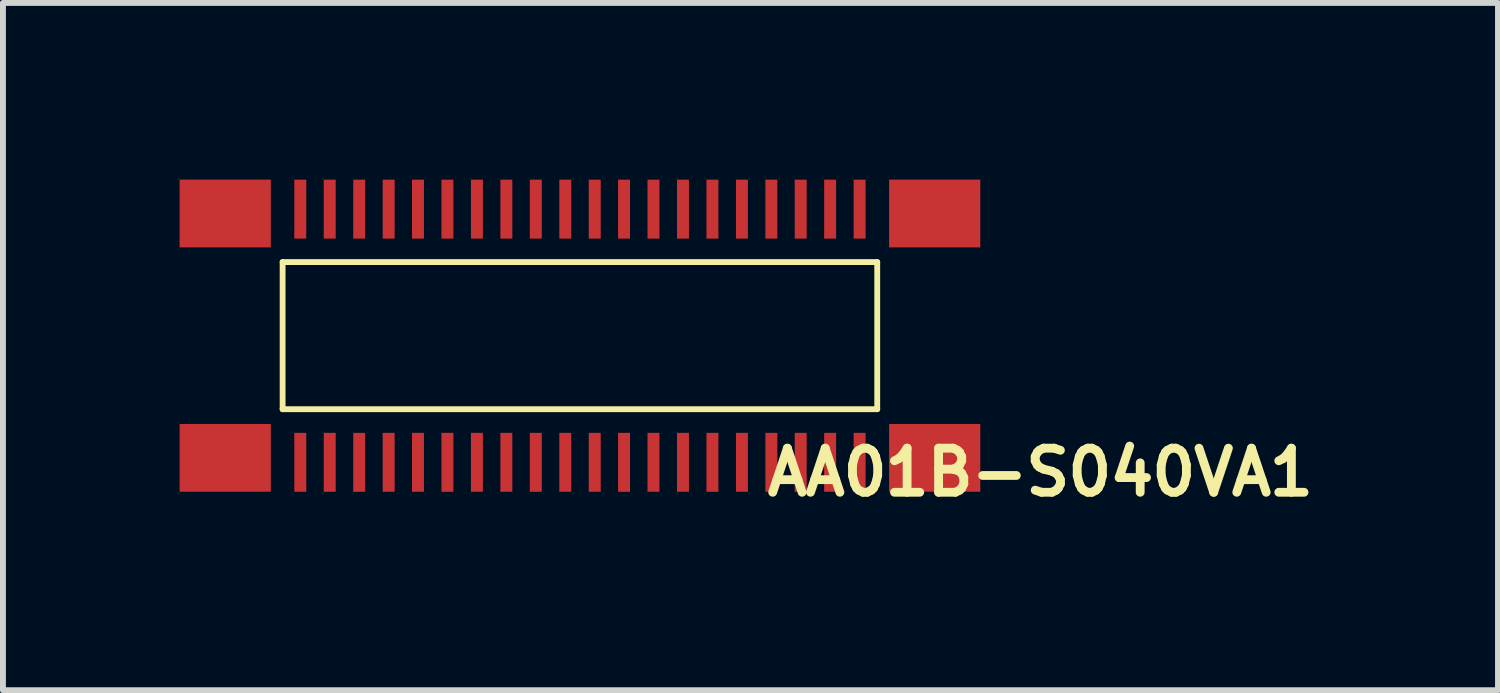
<source format=kicad_pcb>
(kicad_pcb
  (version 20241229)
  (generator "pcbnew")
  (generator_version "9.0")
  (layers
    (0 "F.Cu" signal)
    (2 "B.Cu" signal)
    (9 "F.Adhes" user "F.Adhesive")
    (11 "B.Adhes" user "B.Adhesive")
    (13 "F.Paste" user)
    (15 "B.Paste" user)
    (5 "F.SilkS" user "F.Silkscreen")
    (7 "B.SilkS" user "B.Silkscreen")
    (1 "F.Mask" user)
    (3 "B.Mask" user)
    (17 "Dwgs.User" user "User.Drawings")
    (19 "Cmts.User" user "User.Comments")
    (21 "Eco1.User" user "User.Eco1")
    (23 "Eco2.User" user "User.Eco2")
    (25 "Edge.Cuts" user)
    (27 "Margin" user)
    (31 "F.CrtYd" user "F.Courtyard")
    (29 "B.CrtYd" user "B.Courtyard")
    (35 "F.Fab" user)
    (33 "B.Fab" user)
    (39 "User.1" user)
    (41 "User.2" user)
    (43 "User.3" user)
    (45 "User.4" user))
  (footprint "AA01B-S040VA1"
    (layer "F.Cu")
    (at 2.05 5.051)
    (property "Reference" "AA01B-S040VA1" (at 12.571 -0.079 0) (layer "F.SilkS") (effects (font (size 0.749 0.749) (thickness 0.15))))
    (attr through_hole)
    (fp_line (start -0.3 -3.65) (end -0.3 -1.151) (stroke (width 0.099) (type solid)) (layer "F.SilkS"))
    (fp_line (start 9.799 -3.65) (end -0.3 -3.65) (stroke (width 0.099) (type solid)) (layer "F.SilkS"))
    (fp_line (start 9.799 -3.65) (end 9.799 -1.151) (stroke (width 0.099) (type solid)) (layer "F.SilkS"))
    (fp_line (start 9.799 -1.151) (end -0.3 -1.151) (stroke (width 0.099) (type solid)) (layer "F.SilkS"))
    (pad "1" smd rect (at 0 -4.549) (size 0.203 1.001) (layers "F.Cu" "F.Mask" "F.Paste"))
    (pad "2" smd rect (at 0 -0.249) (size 0.203 1.001) (layers "F.Cu" "F.Mask" "F.Paste"))
    (pad "3" smd rect (at 0.5 -4.549) (size 0.203 1.001) (layers "F.Cu" "F.Mask" "F.Paste"))
    (pad "4" smd rect (at 0.5 -0.249) (size 0.203 1.001) (layers "F.Cu" "F.Mask" "F.Paste"))
    (pad "5" smd rect (at 1.001 -4.549) (size 0.203 1.001) (layers "F.Cu" "F.Mask" "F.Paste"))
    (pad "6" smd rect (at 1.001 -0.249) (size 0.203 1.001) (layers "F.Cu" "F.Mask" "F.Paste"))
    (pad "7" smd rect (at 1.501 -4.549) (size 0.203 1.001) (layers "F.Cu" "F.Mask" "F.Paste"))
    (pad "8" smd rect (at 1.501 -0.249) (size 0.203 1.001) (layers "F.Cu" "F.Mask" "F.Paste"))
    (pad "9" smd rect (at 1.999 -4.549) (size 0.203 1.001) (layers "F.Cu" "F.Mask" "F.Paste"))
    (pad "10" smd rect (at 1.999 -0.249) (size 0.203 1.001) (layers "F.Cu" "F.Mask" "F.Paste"))
    (pad "11" smd rect (at 2.499 -4.549) (size 0.203 1.001) (layers "F.Cu" "F.Mask" "F.Paste"))
    (pad "12" smd rect (at 2.499 -0.249) (size 0.203 1.001) (layers "F.Cu" "F.Mask" "F.Paste"))
    (pad "13" smd rect (at 3 -4.549) (size 0.203 1.001) (layers "F.Cu" "F.Mask" "F.Paste"))
    (pad "14" smd rect (at 3 -0.249) (size 0.203 1.001) (layers "F.Cu" "F.Mask" "F.Paste"))
    (pad "15" smd rect (at 3.5 -4.549) (size 0.203 1.001) (layers "F.Cu" "F.Mask" "F.Paste"))
    (pad "16" smd rect (at 3.5 -0.249) (size 0.203 1.001) (layers "F.Cu" "F.Mask" "F.Paste"))
    (pad "17" smd rect (at 4 -4.549) (size 0.203 1.001) (layers "F.Cu" "F.Mask" "F.Paste"))
    (pad "18" smd rect (at 4 -0.249) (size 0.203 1.001) (layers "F.Cu" "F.Mask" "F.Paste"))
    (pad "19" smd rect (at 4.501 -4.549) (size 0.203 1.001) (layers "F.Cu" "F.Mask" "F.Paste"))
    (pad "20" smd rect (at 4.501 -0.249) (size 0.203 1.001) (layers "F.Cu" "F.Mask" "F.Paste"))
    (pad "21" smd rect (at 5.001 -4.549) (size 0.203 1.001) (layers "F.Cu" "F.Mask" "F.Paste"))
    (pad "22" smd rect (at 5.001 -0.249) (size 0.203 1.001) (layers "F.Cu" "F.Mask" "F.Paste"))
    (pad "23" smd rect (at 5.499 -4.549) (size 0.203 1.001) (layers "F.Cu" "F.Mask" "F.Paste"))
    (pad "24" smd rect (at 5.499 -0.249) (size 0.203 1.001) (layers "F.Cu" "F.Mask" "F.Paste"))
    (pad "25" smd rect (at 5.999 -4.549) (size 0.203 1.001) (layers "F.Cu" "F.Mask" "F.Paste"))
    (pad "26" smd rect (at 5.999 -0.249) (size 0.203 1.001) (layers "F.Cu" "F.Mask" "F.Paste"))
    (pad "27" smd rect (at 6.5 -4.549) (size 0.203 1.001) (layers "F.Cu" "F.Mask" "F.Paste"))
    (pad "28" smd rect (at 6.5 -0.249) (size 0.203 1.001) (layers "F.Cu" "F.Mask" "F.Paste"))
    (pad "29" smd rect (at 7 -4.549) (size 0.203 1.001) (layers "F.Cu" "F.Mask" "F.Paste"))
    (pad "30" smd rect (at 7 -0.249) (size 0.203 1.001) (layers "F.Cu" "F.Mask" "F.Paste"))
    (pad "31" smd rect (at 7.501 -4.549) (size 0.203 1.001) (layers "F.Cu" "F.Mask" "F.Paste"))
    (pad "32" smd rect (at 7.501 -0.249) (size 0.203 1.001) (layers "F.Cu" "F.Mask" "F.Paste"))
    (pad "33" smd rect (at 8.001 -4.549) (size 0.203 1.001) (layers "F.Cu" "F.Mask" "F.Paste"))
    (pad "34" smd rect (at 8.001 -0.249) (size 0.203 1.001) (layers "F.Cu" "F.Mask" "F.Paste"))
    (pad "35" smd rect (at 8.499 -4.549) (size 0.203 1.001) (layers "F.Cu" "F.Mask" "F.Paste"))
    (pad "36" smd rect (at 8.499 -0.249) (size 0.203 1.001) (layers "F.Cu" "F.Mask" "F.Paste"))
    (pad "37" smd rect (at 8.999 -4.549) (size 0.203 1.001) (layers "F.Cu" "F.Mask" "F.Paste"))
    (pad "38" smd rect (at 8.999 -0.249) (size 0.203 1.001) (layers "F.Cu" "F.Mask" "F.Paste"))
    (pad "39" smd rect (at 9.5 -4.549) (size 0.203 1.001) (layers "F.Cu" "F.Mask" "F.Paste"))
    (pad "40" smd rect (at 9.5 -0.249) (size 0.203 1.001) (layers "F.Cu" "F.Mask" "F.Paste"))
    (pad "41" smd rect (at -1.275 -4.475) (size 1.549 1.151) (layers "F.Cu" "F.Mask" "F.Paste"))
    (pad "42" smd rect (at -1.275 -0.325) (size 1.549 1.151) (layers "F.Cu" "F.Mask" "F.Paste"))
    (pad "43" smd rect (at 10.775 -4.475) (size 1.549 1.151) (layers "F.Cu" "F.Mask" "F.Paste"))
    (pad "44" smd rect (at 10.775 -0.325) (size 1.549 1.151) (layers "F.Cu" "F.Mask" "F.Paste")))
  (gr_rect
    (start -3 -3)
    (end 22.392 8.673)
    (stroke (width 0.1) (type default))
    (fill no)
    (layer "Edge.Cuts")))
</source>
